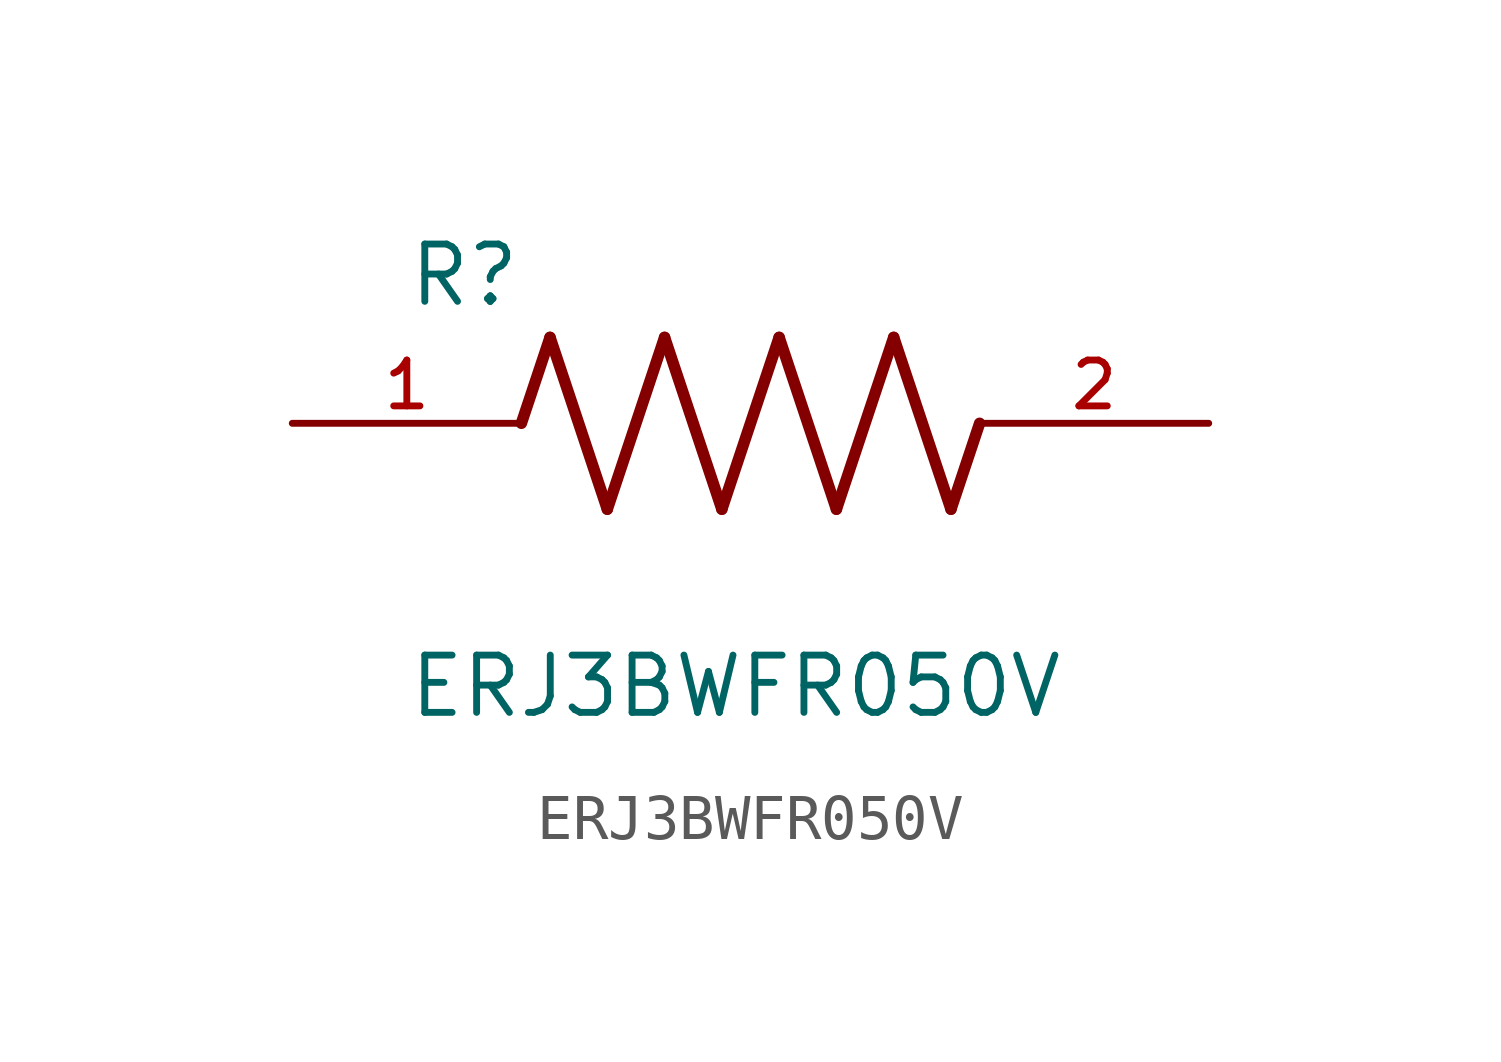
<source format=kicad_sym>
(kicad_symbol_lib
  (version 20211014)
  (generator kicad_symbol_editor)
  (symbol "ERJ3BWFR050V"
    (pin_names
      (offset 1.016))
    (property "Reference" "R"
      (at -7.624 2.541 0)
      (effects (font (size 1.27 1.27)) (justify bottom left)))
    (property "Value" "ERJ3BWFR050V"
      (at -7.624 -5.087 0)
      (effects (font (size 1.27 1.27)) (justify top left)))
    (symbol "ERJ3BWFR050V_0_0"
      (polyline (pts (xy -5.08 0.0) (xy -4.445 1.905)) (stroke (width 0.254)))
      (polyline (pts (xy -4.445 1.905) (xy -3.175 -1.905)) (stroke (width 0.254)))
      (polyline (pts (xy -3.175 -1.905) (xy -1.905 1.905)) (stroke (width 0.254)))
      (polyline (pts (xy -1.905 1.905) (xy -0.635 -1.905)) (stroke (width 0.254)))
      (polyline (pts (xy -0.635 -1.905) (xy 0.635 1.905)) (stroke (width 0.254)))
      (polyline (pts (xy 0.635 1.905) (xy 1.905 -1.905)) (stroke (width 0.254)))
      (polyline (pts (xy 1.905 -1.905) (xy 3.175 1.905)) (stroke (width 0.254)))
      (polyline (pts (xy 3.175 1.905) (xy 4.445 -1.905)) (stroke (width 0.254)))
      (polyline (pts (xy 4.445 -1.905) (xy 5.08 0.0)) (stroke (width 0.254)))
      (pin passive line (at -10.16 0.0 0) (length 5.08) (name "~" (effects (font (size 1.016 1.016)))) (number "1" (effects (font (size 1.016 1.016)))))
      (pin passive line (at 10.16 0.0 180.0) (length 5.08) (name "~" (effects (font (size 1.016 1.016)))) (number "2" (effects (font (size 1.016 1.016))))))))
</source>
